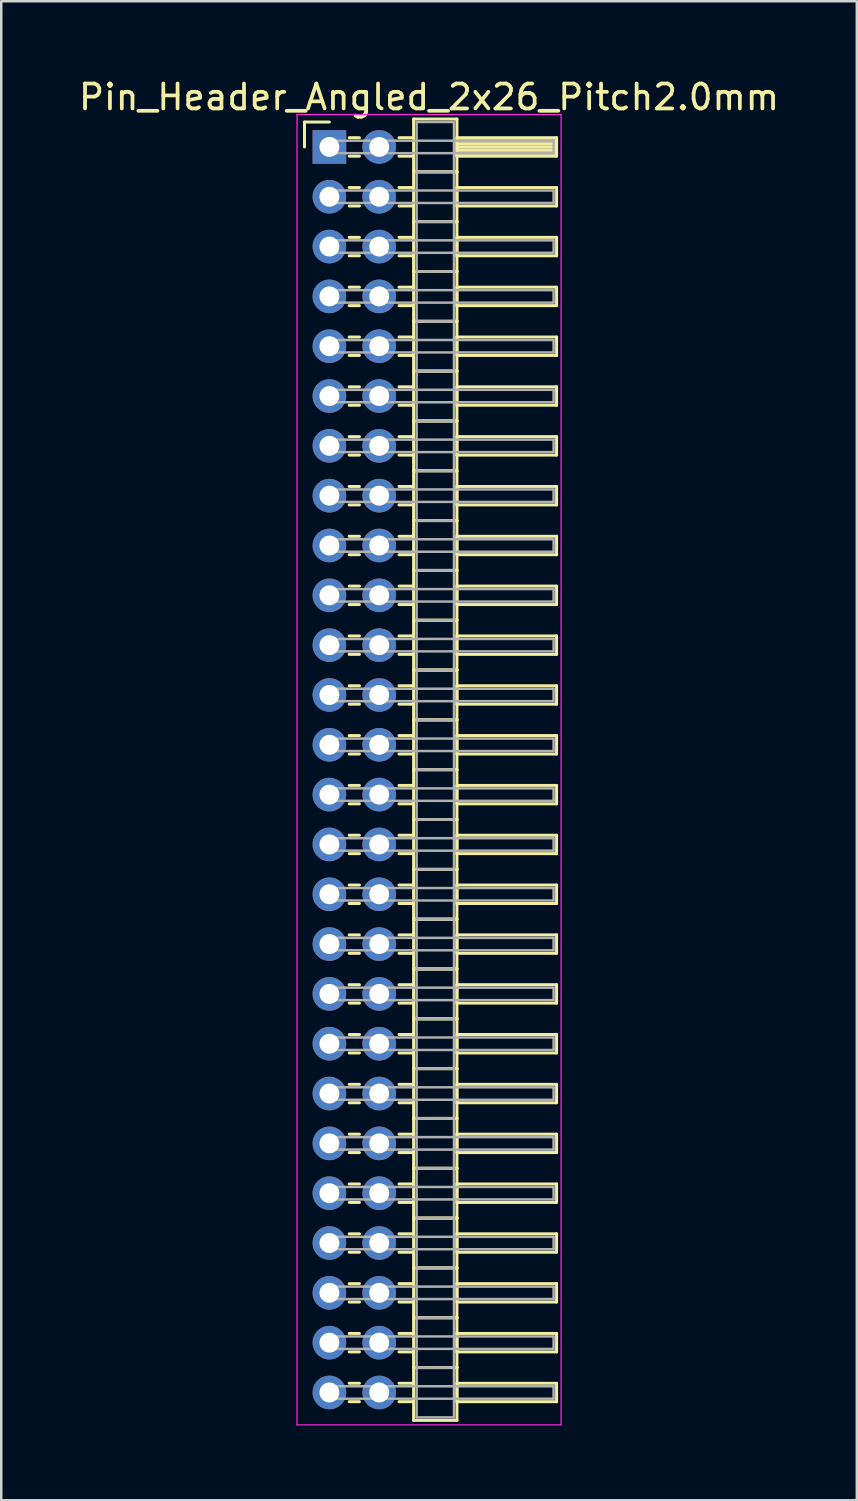
<source format=kicad_pcb>
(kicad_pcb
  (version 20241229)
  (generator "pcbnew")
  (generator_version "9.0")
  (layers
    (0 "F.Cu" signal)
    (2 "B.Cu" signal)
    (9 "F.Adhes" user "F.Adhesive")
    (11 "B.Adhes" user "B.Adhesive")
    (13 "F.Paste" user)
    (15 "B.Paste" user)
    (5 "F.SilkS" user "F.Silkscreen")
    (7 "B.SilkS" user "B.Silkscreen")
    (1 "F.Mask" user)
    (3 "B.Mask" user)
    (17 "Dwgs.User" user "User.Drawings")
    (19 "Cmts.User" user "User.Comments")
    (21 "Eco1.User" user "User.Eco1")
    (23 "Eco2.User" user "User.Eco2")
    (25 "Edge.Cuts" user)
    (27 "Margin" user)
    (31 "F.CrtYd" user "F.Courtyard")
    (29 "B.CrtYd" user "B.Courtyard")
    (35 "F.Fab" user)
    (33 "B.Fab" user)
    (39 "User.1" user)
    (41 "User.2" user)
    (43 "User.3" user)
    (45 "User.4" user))
  (footprint "Pin_Header_Angled_2x26_Pitch2.0mm"
    (layer "F.Cu")
    (at 10.173 2.848)
    (property "Reference" "Pin_Header_Angled_2x26_Pitch2.0mm" (at 4 -2 0) (layer "F.SilkS") (effects (font (size 1 1) (thickness 0.15))))
    (attr through_hole)
    (fp_line (start -1 -1) (end 0 -1) (stroke (width 0.12) (type solid)) (layer "F.SilkS"))
    (fp_line (start -1 0) (end -1 -1) (stroke (width 0.12) (type solid)) (layer "F.SilkS"))
    (fp_line (start 0.795 -0.37) (end 1.205 -0.37) (stroke (width 0.12) (type solid)) (layer "F.SilkS"))
    (fp_line (start 0.795 0.37) (end 1.205 0.37) (stroke (width 0.12) (type solid)) (layer "F.SilkS"))
    (fp_line (start 0.795 1.63) (end 1.205 1.63) (stroke (width 0.12) (type solid)) (layer "F.SilkS"))
    (fp_line (start 0.795 2.37) (end 1.205 2.37) (stroke (width 0.12) (type solid)) (layer "F.SilkS"))
    (fp_line (start 0.795 3.63) (end 1.205 3.63) (stroke (width 0.12) (type solid)) (layer "F.SilkS"))
    (fp_line (start 0.795 4.37) (end 1.205 4.37) (stroke (width 0.12) (type solid)) (layer "F.SilkS"))
    (fp_line (start 0.795 5.63) (end 1.205 5.63) (stroke (width 0.12) (type solid)) (layer "F.SilkS"))
    (fp_line (start 0.795 6.37) (end 1.205 6.37) (stroke (width 0.12) (type solid)) (layer "F.SilkS"))
    (fp_line (start 0.795 7.63) (end 1.205 7.63) (stroke (width 0.12) (type solid)) (layer "F.SilkS"))
    (fp_line (start 0.795 8.37) (end 1.205 8.37) (stroke (width 0.12) (type solid)) (layer "F.SilkS"))
    (fp_line (start 0.795 9.63) (end 1.205 9.63) (stroke (width 0.12) (type solid)) (layer "F.SilkS"))
    (fp_line (start 0.795 10.37) (end 1.205 10.37) (stroke (width 0.12) (type solid)) (layer "F.SilkS"))
    (fp_line (start 0.795 11.63) (end 1.205 11.63) (stroke (width 0.12) (type solid)) (layer "F.SilkS"))
    (fp_line (start 0.795 12.37) (end 1.205 12.37) (stroke (width 0.12) (type solid)) (layer "F.SilkS"))
    (fp_line (start 0.795 13.63) (end 1.205 13.63) (stroke (width 0.12) (type solid)) (layer "F.SilkS"))
    (fp_line (start 0.795 14.37) (end 1.205 14.37) (stroke (width 0.12) (type solid)) (layer "F.SilkS"))
    (fp_line (start 0.795 15.63) (end 1.205 15.63) (stroke (width 0.12) (type solid)) (layer "F.SilkS"))
    (fp_line (start 0.795 16.37) (end 1.205 16.37) (stroke (width 0.12) (type solid)) (layer "F.SilkS"))
    (fp_line (start 0.795 17.63) (end 1.205 17.63) (stroke (width 0.12) (type solid)) (layer "F.SilkS"))
    (fp_line (start 0.795 18.37) (end 1.205 18.37) (stroke (width 0.12) (type solid)) (layer "F.SilkS"))
    (fp_line (start 0.795 19.63) (end 1.205 19.63) (stroke (width 0.12) (type solid)) (layer "F.SilkS"))
    (fp_line (start 0.795 20.37) (end 1.205 20.37) (stroke (width 0.12) (type solid)) (layer "F.SilkS"))
    (fp_line (start 0.795 21.63) (end 1.205 21.63) (stroke (width 0.12) (type solid)) (layer "F.SilkS"))
    (fp_line (start 0.795 22.37) (end 1.205 22.37) (stroke (width 0.12) (type solid)) (layer "F.SilkS"))
    (fp_line (start 0.795 23.63) (end 1.205 23.63) (stroke (width 0.12) (type solid)) (layer "F.SilkS"))
    (fp_line (start 0.795 24.37) (end 1.205 24.37) (stroke (width 0.12) (type solid)) (layer "F.SilkS"))
    (fp_line (start 0.795 25.63) (end 1.205 25.63) (stroke (width 0.12) (type solid)) (layer "F.SilkS"))
    (fp_line (start 0.795 26.37) (end 1.205 26.37) (stroke (width 0.12) (type solid)) (layer "F.SilkS"))
    (fp_line (start 0.795 27.63) (end 1.205 27.63) (stroke (width 0.12) (type solid)) (layer "F.SilkS"))
    (fp_line (start 0.795 28.37) (end 1.205 28.37) (stroke (width 0.12) (type solid)) (layer "F.SilkS"))
    (fp_line (start 0.795 29.63) (end 1.205 29.63) (stroke (width 0.12) (type solid)) (layer "F.SilkS"))
    (fp_line (start 0.795 30.37) (end 1.205 30.37) (stroke (width 0.12) (type solid)) (layer "F.SilkS"))
    (fp_line (start 0.795 31.63) (end 1.205 31.63) (stroke (width 0.12) (type solid)) (layer "F.SilkS"))
    (fp_line (start 0.795 32.37) (end 1.205 32.37) (stroke (width 0.12) (type solid)) (layer "F.SilkS"))
    (fp_line (start 0.795 33.63) (end 1.205 33.63) (stroke (width 0.12) (type solid)) (layer "F.SilkS"))
    (fp_line (start 0.795 34.37) (end 1.205 34.37) (stroke (width 0.12) (type solid)) (layer "F.SilkS"))
    (fp_line (start 0.795 35.63) (end 1.205 35.63) (stroke (width 0.12) (type solid)) (layer "F.SilkS"))
    (fp_line (start 0.795 36.37) (end 1.205 36.37) (stroke (width 0.12) (type solid)) (layer "F.SilkS"))
    (fp_line (start 0.795 37.63) (end 1.205 37.63) (stroke (width 0.12) (type solid)) (layer "F.SilkS"))
    (fp_line (start 0.795 38.37) (end 1.205 38.37) (stroke (width 0.12) (type solid)) (layer "F.SilkS"))
    (fp_line (start 0.795 39.63) (end 1.205 39.63) (stroke (width 0.12) (type solid)) (layer "F.SilkS"))
    (fp_line (start 0.795 40.37) (end 1.205 40.37) (stroke (width 0.12) (type solid)) (layer "F.SilkS"))
    (fp_line (start 0.795 41.63) (end 1.205 41.63) (stroke (width 0.12) (type solid)) (layer "F.SilkS"))
    (fp_line (start 0.795 42.37) (end 1.205 42.37) (stroke (width 0.12) (type solid)) (layer "F.SilkS"))
    (fp_line (start 0.795 43.63) (end 1.205 43.63) (stroke (width 0.12) (type solid)) (layer "F.SilkS"))
    (fp_line (start 0.795 44.37) (end 1.205 44.37) (stroke (width 0.12) (type solid)) (layer "F.SilkS"))
    (fp_line (start 0.795 45.63) (end 1.205 45.63) (stroke (width 0.12) (type solid)) (layer "F.SilkS"))
    (fp_line (start 0.795 46.37) (end 1.205 46.37) (stroke (width 0.12) (type solid)) (layer "F.SilkS"))
    (fp_line (start 0.795 47.63) (end 1.205 47.63) (stroke (width 0.12) (type solid)) (layer "F.SilkS"))
    (fp_line (start 0.795 48.37) (end 1.205 48.37) (stroke (width 0.12) (type solid)) (layer "F.SilkS"))
    (fp_line (start 0.795 49.63) (end 1.205 49.63) (stroke (width 0.12) (type solid)) (layer "F.SilkS"))
    (fp_line (start 0.795 50.37) (end 1.205 50.37) (stroke (width 0.12) (type solid)) (layer "F.SilkS"))
    (fp_line (start 2.795 -0.37) (end 3.38 -0.37) (stroke (width 0.12) (type solid)) (layer "F.SilkS"))
    (fp_line (start 2.795 0.37) (end 3.38 0.37) (stroke (width 0.12) (type solid)) (layer "F.SilkS"))
    (fp_line (start 2.795 1.63) (end 3.38 1.63) (stroke (width 0.12) (type solid)) (layer "F.SilkS"))
    (fp_line (start 2.795 2.37) (end 3.38 2.37) (stroke (width 0.12) (type solid)) (layer "F.SilkS"))
    (fp_line (start 2.795 3.63) (end 3.38 3.63) (stroke (width 0.12) (type solid)) (layer "F.SilkS"))
    (fp_line (start 2.795 4.37) (end 3.38 4.37) (stroke (width 0.12) (type solid)) (layer "F.SilkS"))
    (fp_line (start 2.795 5.63) (end 3.38 5.63) (stroke (width 0.12) (type solid)) (layer "F.SilkS"))
    (fp_line (start 2.795 6.37) (end 3.38 6.37) (stroke (width 0.12) (type solid)) (layer "F.SilkS"))
    (fp_line (start 2.795 7.63) (end 3.38 7.63) (stroke (width 0.12) (type solid)) (layer "F.SilkS"))
    (fp_line (start 2.795 8.37) (end 3.38 8.37) (stroke (width 0.12) (type solid)) (layer "F.SilkS"))
    (fp_line (start 2.795 9.63) (end 3.38 9.63) (stroke (width 0.12) (type solid)) (layer "F.SilkS"))
    (fp_line (start 2.795 10.37) (end 3.38 10.37) (stroke (width 0.12) (type solid)) (layer "F.SilkS"))
    (fp_line (start 2.795 11.63) (end 3.38 11.63) (stroke (width 0.12) (type solid)) (layer "F.SilkS"))
    (fp_line (start 2.795 12.37) (end 3.38 12.37) (stroke (width 0.12) (type solid)) (layer "F.SilkS"))
    (fp_line (start 2.795 13.63) (end 3.38 13.63) (stroke (width 0.12) (type solid)) (layer "F.SilkS"))
    (fp_line (start 2.795 14.37) (end 3.38 14.37) (stroke (width 0.12) (type solid)) (layer "F.SilkS"))
    (fp_line (start 2.795 15.63) (end 3.38 15.63) (stroke (width 0.12) (type solid)) (layer "F.SilkS"))
    (fp_line (start 2.795 16.37) (end 3.38 16.37) (stroke (width 0.12) (type solid)) (layer "F.SilkS"))
    (fp_line (start 2.795 17.63) (end 3.38 17.63) (stroke (width 0.12) (type solid)) (layer "F.SilkS"))
    (fp_line (start 2.795 18.37) (end 3.38 18.37) (stroke (width 0.12) (type solid)) (layer "F.SilkS"))
    (fp_line (start 2.795 19.63) (end 3.38 19.63) (stroke (width 0.12) (type solid)) (layer "F.SilkS"))
    (fp_line (start 2.795 20.37) (end 3.38 20.37) (stroke (width 0.12) (type solid)) (layer "F.SilkS"))
    (fp_line (start 2.795 21.63) (end 3.38 21.63) (stroke (width 0.12) (type solid)) (layer "F.SilkS"))
    (fp_line (start 2.795 22.37) (end 3.38 22.37) (stroke (width 0.12) (type solid)) (layer "F.SilkS"))
    (fp_line (start 2.795 23.63) (end 3.38 23.63) (stroke (width 0.12) (type solid)) (layer "F.SilkS"))
    (fp_line (start 2.795 24.37) (end 3.38 24.37) (stroke (width 0.12) (type solid)) (layer "F.SilkS"))
    (fp_line (start 2.795 25.63) (end 3.38 25.63) (stroke (width 0.12) (type solid)) (layer "F.SilkS"))
    (fp_line (start 2.795 26.37) (end 3.38 26.37) (stroke (width 0.12) (type solid)) (layer "F.SilkS"))
    (fp_line (start 2.795 27.63) (end 3.38 27.63) (stroke (width 0.12) (type solid)) (layer "F.SilkS"))
    (fp_line (start 2.795 28.37) (end 3.38 28.37) (stroke (width 0.12) (type solid)) (layer "F.SilkS"))
    (fp_line (start 2.795 29.63) (end 3.38 29.63) (stroke (width 0.12) (type solid)) (layer "F.SilkS"))
    (fp_line (start 2.795 30.37) (end 3.38 30.37) (stroke (width 0.12) (type solid)) (layer "F.SilkS"))
    (fp_line (start 2.795 31.63) (end 3.38 31.63) (stroke (width 0.12) (type solid)) (layer "F.SilkS"))
    (fp_line (start 2.795 32.37) (end 3.38 32.37) (stroke (width 0.12) (type solid)) (layer "F.SilkS"))
    (fp_line (start 2.795 33.63) (end 3.38 33.63) (stroke (width 0.12) (type solid)) (layer "F.SilkS"))
    (fp_line (start 2.795 34.37) (end 3.38 34.37) (stroke (width 0.12) (type solid)) (layer "F.SilkS"))
    (fp_line (start 2.795 35.63) (end 3.38 35.63) (stroke (width 0.12) (type solid)) (layer "F.SilkS"))
    (fp_line (start 2.795 36.37) (end 3.38 36.37) (stroke (width 0.12) (type solid)) (layer "F.SilkS"))
    (fp_line (start 2.795 37.63) (end 3.38 37.63) (stroke (width 0.12) (type solid)) (layer "F.SilkS"))
    (fp_line (start 2.795 38.37) (end 3.38 38.37) (stroke (width 0.12) (type solid)) (layer "F.SilkS"))
    (fp_line (start 2.795 39.63) (end 3.38 39.63) (stroke (width 0.12) (type solid)) (layer "F.SilkS"))
    (fp_line (start 2.795 40.37) (end 3.38 40.37) (stroke (width 0.12) (type solid)) (layer "F.SilkS"))
    (fp_line (start 2.795 41.63) (end 3.38 41.63) (stroke (width 0.12) (type solid)) (layer "F.SilkS"))
    (fp_line (start 2.795 42.37) (end 3.38 42.37) (stroke (width 0.12) (type solid)) (layer "F.SilkS"))
    (fp_line (start 2.795 43.63) (end 3.38 43.63) (stroke (width 0.12) (type solid)) (layer "F.SilkS"))
    (fp_line (start 2.795 44.37) (end 3.38 44.37) (stroke (width 0.12) (type solid)) (layer "F.SilkS"))
    (fp_line (start 2.795 45.63) (end 3.38 45.63) (stroke (width 0.12) (type solid)) (layer "F.SilkS"))
    (fp_line (start 2.795 46.37) (end 3.38 46.37) (stroke (width 0.12) (type solid)) (layer "F.SilkS"))
    (fp_line (start 2.795 47.63) (end 3.38 47.63) (stroke (width 0.12) (type solid)) (layer "F.SilkS"))
    (fp_line (start 2.795 48.37) (end 3.38 48.37) (stroke (width 0.12) (type solid)) (layer "F.SilkS"))
    (fp_line (start 2.795 49.63) (end 3.38 49.63) (stroke (width 0.12) (type solid)) (layer "F.SilkS"))
    (fp_line (start 2.795 50.37) (end 3.38 50.37) (stroke (width 0.12) (type solid)) (layer "F.SilkS"))
    (fp_line (start 3.38 -1.12) (end 3.38 1) (stroke (width 0.12) (type solid)) (layer "F.SilkS"))
    (fp_line (start 3.38 1) (end 3.38 3) (stroke (width 0.12) (type solid)) (layer "F.SilkS"))
    (fp_line (start 3.38 1) (end 5.12 1) (stroke (width 0.12) (type solid)) (layer "F.SilkS"))
    (fp_line (start 3.38 3) (end 3.38 5) (stroke (width 0.12) (type solid)) (layer "F.SilkS"))
    (fp_line (start 3.38 3) (end 5.12 3) (stroke (width 0.12) (type solid)) (layer "F.SilkS"))
    (fp_line (start 3.38 5) (end 3.38 7) (stroke (width 0.12) (type solid)) (layer "F.SilkS"))
    (fp_line (start 3.38 5) (end 5.12 5) (stroke (width 0.12) (type solid)) (layer "F.SilkS"))
    (fp_line (start 3.38 7) (end 3.38 9) (stroke (width 0.12) (type solid)) (layer "F.SilkS"))
    (fp_line (start 3.38 7) (end 5.12 7) (stroke (width 0.12) (type solid)) (layer "F.SilkS"))
    (fp_line (start 3.38 9) (end 3.38 11) (stroke (width 0.12) (type solid)) (layer "F.SilkS"))
    (fp_line (start 3.38 9) (end 5.12 9) (stroke (width 0.12) (type solid)) (layer "F.SilkS"))
    (fp_line (start 3.38 11) (end 3.38 13) (stroke (width 0.12) (type solid)) (layer "F.SilkS"))
    (fp_line (start 3.38 11) (end 5.12 11) (stroke (width 0.12) (type solid)) (layer "F.SilkS"))
    (fp_line (start 3.38 13) (end 3.38 15) (stroke (width 0.12) (type solid)) (layer "F.SilkS"))
    (fp_line (start 3.38 13) (end 5.12 13) (stroke (width 0.12) (type solid)) (layer "F.SilkS"))
    (fp_line (start 3.38 15) (end 3.38 17) (stroke (width 0.12) (type solid)) (layer "F.SilkS"))
    (fp_line (start 3.38 15) (end 5.12 15) (stroke (width 0.12) (type solid)) (layer "F.SilkS"))
    (fp_line (start 3.38 17) (end 3.38 19) (stroke (width 0.12) (type solid)) (layer "F.SilkS"))
    (fp_line (start 3.38 17) (end 5.12 17) (stroke (width 0.12) (type solid)) (layer "F.SilkS"))
    (fp_line (start 3.38 19) (end 3.38 21) (stroke (width 0.12) (type solid)) (layer "F.SilkS"))
    (fp_line (start 3.38 19) (end 5.12 19) (stroke (width 0.12) (type solid)) (layer "F.SilkS"))
    (fp_line (start 3.38 21) (end 3.38 23) (stroke (width 0.12) (type solid)) (layer "F.SilkS"))
    (fp_line (start 3.38 21) (end 5.12 21) (stroke (width 0.12) (type solid)) (layer "F.SilkS"))
    (fp_line (start 3.38 23) (end 3.38 25) (stroke (width 0.12) (type solid)) (layer "F.SilkS"))
    (fp_line (start 3.38 23) (end 5.12 23) (stroke (width 0.12) (type solid)) (layer "F.SilkS"))
    (fp_line (start 3.38 25) (end 3.38 27) (stroke (width 0.12) (type solid)) (layer "F.SilkS"))
    (fp_line (start 3.38 25) (end 5.12 25) (stroke (width 0.12) (type solid)) (layer "F.SilkS"))
    (fp_line (start 3.38 27) (end 3.38 29) (stroke (width 0.12) (type solid)) (layer "F.SilkS"))
    (fp_line (start 3.38 27) (end 5.12 27) (stroke (width 0.12) (type solid)) (layer "F.SilkS"))
    (fp_line (start 3.38 29) (end 3.38 31) (stroke (width 0.12) (type solid)) (layer "F.SilkS"))
    (fp_line (start 3.38 29) (end 5.12 29) (stroke (width 0.12) (type solid)) (layer "F.SilkS"))
    (fp_line (start 3.38 31) (end 3.38 33) (stroke (width 0.12) (type solid)) (layer "F.SilkS"))
    (fp_line (start 3.38 31) (end 5.12 31) (stroke (width 0.12) (type solid)) (layer "F.SilkS"))
    (fp_line (start 3.38 33) (end 3.38 35) (stroke (width 0.12) (type solid)) (layer "F.SilkS"))
    (fp_line (start 3.38 33) (end 5.12 33) (stroke (width 0.12) (type solid)) (layer "F.SilkS"))
    (fp_line (start 3.38 35) (end 3.38 37) (stroke (width 0.12) (type solid)) (layer "F.SilkS"))
    (fp_line (start 3.38 35) (end 5.12 35) (stroke (width 0.12) (type solid)) (layer "F.SilkS"))
    (fp_line (start 3.38 37) (end 3.38 39) (stroke (width 0.12) (type solid)) (layer "F.SilkS"))
    (fp_line (start 3.38 37) (end 5.12 37) (stroke (width 0.12) (type solid)) (layer "F.SilkS"))
    (fp_line (start 3.38 39) (end 3.38 41) (stroke (width 0.12) (type solid)) (layer "F.SilkS"))
    (fp_line (start 3.38 39) (end 5.12 39) (stroke (width 0.12) (type solid)) (layer "F.SilkS"))
    (fp_line (start 3.38 41) (end 3.38 43) (stroke (width 0.12) (type solid)) (layer "F.SilkS"))
    (fp_line (start 3.38 41) (end 5.12 41) (stroke (width 0.12) (type solid)) (layer "F.SilkS"))
    (fp_line (start 3.38 43) (end 3.38 45) (stroke (width 0.12) (type solid)) (layer "F.SilkS"))
    (fp_line (start 3.38 43) (end 5.12 43) (stroke (width 0.12) (type solid)) (layer "F.SilkS"))
    (fp_line (start 3.38 45) (end 3.38 47) (stroke (width 0.12) (type solid)) (layer "F.SilkS"))
    (fp_line (start 3.38 45) (end 5.12 45) (stroke (width 0.12) (type solid)) (layer "F.SilkS"))
    (fp_line (start 3.38 47) (end 3.38 49) (stroke (width 0.12) (type solid)) (layer "F.SilkS"))
    (fp_line (start 3.38 47) (end 5.12 47) (stroke (width 0.12) (type solid)) (layer "F.SilkS"))
    (fp_line (start 3.38 49) (end 3.38 51.12) (stroke (width 0.12) (type solid)) (layer "F.SilkS"))
    (fp_line (start 3.38 49) (end 5.12 49) (stroke (width 0.12) (type solid)) (layer "F.SilkS"))
    (fp_line (start 3.38 51.12) (end 5.12 51.12) (stroke (width 0.12) (type solid)) (layer "F.SilkS"))
    (fp_line (start 5.12 -1.12) (end 3.38 -1.12) (stroke (width 0.12) (type solid)) (layer "F.SilkS"))
    (fp_line (start 5.12 -0.37) (end 5.12 0.37) (stroke (width 0.12) (type solid)) (layer "F.SilkS"))
    (fp_line (start 5.12 -0.25) (end 9.12 -0.25) (stroke (width 0.12) (type solid)) (layer "F.SilkS"))
    (fp_line (start 5.12 -0.13) (end 9.12 -0.13) (stroke (width 0.12) (type solid)) (layer "F.SilkS"))
    (fp_line (start 5.12 -0.01) (end 9.12 -0.01) (stroke (width 0.12) (type solid)) (layer "F.SilkS"))
    (fp_line (start 5.12 0.11) (end 9.12 0.11) (stroke (width 0.12) (type solid)) (layer "F.SilkS"))
    (fp_line (start 5.12 0.23) (end 9.12 0.23) (stroke (width 0.12) (type solid)) (layer "F.SilkS"))
    (fp_line (start 5.12 0.35) (end 9.12 0.35) (stroke (width 0.12) (type solid)) (layer "F.SilkS"))
    (fp_line (start 5.12 0.37) (end 9.12 0.37) (stroke (width 0.12) (type solid)) (layer "F.SilkS"))
    (fp_line (start 5.12 1) (end 3.38 1) (stroke (width 0.12) (type solid)) (layer "F.SilkS"))
    (fp_line (start 5.12 1) (end 5.12 -1.12) (stroke (width 0.12) (type solid)) (layer "F.SilkS"))
    (fp_line (start 5.12 1.63) (end 5.12 2.37) (stroke (width 0.12) (type solid)) (layer "F.SilkS"))
    (fp_line (start 5.12 2.37) (end 9.12 2.37) (stroke (width 0.12) (type solid)) (layer "F.SilkS"))
    (fp_line (start 5.12 3) (end 3.38 3) (stroke (width 0.12) (type solid)) (layer "F.SilkS"))
    (fp_line (start 5.12 3) (end 5.12 1) (stroke (width 0.12) (type solid)) (layer "F.SilkS"))
    (fp_line (start 5.12 3.63) (end 5.12 4.37) (stroke (width 0.12) (type solid)) (layer "F.SilkS"))
    (fp_line (start 5.12 4.37) (end 9.12 4.37) (stroke (width 0.12) (type solid)) (layer "F.SilkS"))
    (fp_line (start 5.12 5) (end 3.38 5) (stroke (width 0.12) (type solid)) (layer "F.SilkS"))
    (fp_line (start 5.12 5) (end 5.12 3) (stroke (width 0.12) (type solid)) (layer "F.SilkS"))
    (fp_line (start 5.12 5.63) (end 5.12 6.37) (stroke (width 0.12) (type solid)) (layer "F.SilkS"))
    (fp_line (start 5.12 6.37) (end 9.12 6.37) (stroke (width 0.12) (type solid)) (layer "F.SilkS"))
    (fp_line (start 5.12 7) (end 3.38 7) (stroke (width 0.12) (type solid)) (layer "F.SilkS"))
    (fp_line (start 5.12 7) (end 5.12 5) (stroke (width 0.12) (type solid)) (layer "F.SilkS"))
    (fp_line (start 5.12 7.63) (end 5.12 8.37) (stroke (width 0.12) (type solid)) (layer "F.SilkS"))
    (fp_line (start 5.12 8.37) (end 9.12 8.37) (stroke (width 0.12) (type solid)) (layer "F.SilkS"))
    (fp_line (start 5.12 9) (end 3.38 9) (stroke (width 0.12) (type solid)) (layer "F.SilkS"))
    (fp_line (start 5.12 9) (end 5.12 7) (stroke (width 0.12) (type solid)) (layer "F.SilkS"))
    (fp_line (start 5.12 9.63) (end 5.12 10.37) (stroke (width 0.12) (type solid)) (layer "F.SilkS"))
    (fp_line (start 5.12 10.37) (end 9.12 10.37) (stroke (width 0.12) (type solid)) (layer "F.SilkS"))
    (fp_line (start 5.12 11) (end 3.38 11) (stroke (width 0.12) (type solid)) (layer "F.SilkS"))
    (fp_line (start 5.12 11) (end 5.12 9) (stroke (width 0.12) (type solid)) (layer "F.SilkS"))
    (fp_line (start 5.12 11.63) (end 5.12 12.37) (stroke (width 0.12) (type solid)) (layer "F.SilkS"))
    (fp_line (start 5.12 12.37) (end 9.12 12.37) (stroke (width 0.12) (type solid)) (layer "F.SilkS"))
    (fp_line (start 5.12 13) (end 3.38 13) (stroke (width 0.12) (type solid)) (layer "F.SilkS"))
    (fp_line (start 5.12 13) (end 5.12 11) (stroke (width 0.12) (type solid)) (layer "F.SilkS"))
    (fp_line (start 5.12 13.63) (end 5.12 14.37) (stroke (width 0.12) (type solid)) (layer "F.SilkS"))
    (fp_line (start 5.12 14.37) (end 9.12 14.37) (stroke (width 0.12) (type solid)) (layer "F.SilkS"))
    (fp_line (start 5.12 15) (end 3.38 15) (stroke (width 0.12) (type solid)) (layer "F.SilkS"))
    (fp_line (start 5.12 15) (end 5.12 13) (stroke (width 0.12) (type solid)) (layer "F.SilkS"))
    (fp_line (start 5.12 15.63) (end 5.12 16.37) (stroke (width 0.12) (type solid)) (layer "F.SilkS"))
    (fp_line (start 5.12 16.37) (end 9.12 16.37) (stroke (width 0.12) (type solid)) (layer "F.SilkS"))
    (fp_line (start 5.12 17) (end 3.38 17) (stroke (width 0.12) (type solid)) (layer "F.SilkS"))
    (fp_line (start 5.12 17) (end 5.12 15) (stroke (width 0.12) (type solid)) (layer "F.SilkS"))
    (fp_line (start 5.12 17.63) (end 5.12 18.37) (stroke (width 0.12) (type solid)) (layer "F.SilkS"))
    (fp_line (start 5.12 18.37) (end 9.12 18.37) (stroke (width 0.12) (type solid)) (layer "F.SilkS"))
    (fp_line (start 5.12 19) (end 3.38 19) (stroke (width 0.12) (type solid)) (layer "F.SilkS"))
    (fp_line (start 5.12 19) (end 5.12 17) (stroke (width 0.12) (type solid)) (layer "F.SilkS"))
    (fp_line (start 5.12 19.63) (end 5.12 20.37) (stroke (width 0.12) (type solid)) (layer "F.SilkS"))
    (fp_line (start 5.12 20.37) (end 9.12 20.37) (stroke (width 0.12) (type solid)) (layer "F.SilkS"))
    (fp_line (start 5.12 21) (end 3.38 21) (stroke (width 0.12) (type solid)) (layer "F.SilkS"))
    (fp_line (start 5.12 21) (end 5.12 19) (stroke (width 0.12) (type solid)) (layer "F.SilkS"))
    (fp_line (start 5.12 21.63) (end 5.12 22.37) (stroke (width 0.12) (type solid)) (layer "F.SilkS"))
    (fp_line (start 5.12 22.37) (end 9.12 22.37) (stroke (width 0.12) (type solid)) (layer "F.SilkS"))
    (fp_line (start 5.12 23) (end 3.38 23) (stroke (width 0.12) (type solid)) (layer "F.SilkS"))
    (fp_line (start 5.12 23) (end 5.12 21) (stroke (width 0.12) (type solid)) (layer "F.SilkS"))
    (fp_line (start 5.12 23.63) (end 5.12 24.37) (stroke (width 0.12) (type solid)) (layer "F.SilkS"))
    (fp_line (start 5.12 24.37) (end 9.12 24.37) (stroke (width 0.12) (type solid)) (layer "F.SilkS"))
    (fp_line (start 5.12 25) (end 3.38 25) (stroke (width 0.12) (type solid)) (layer "F.SilkS"))
    (fp_line (start 5.12 25) (end 5.12 23) (stroke (width 0.12) (type solid)) (layer "F.SilkS"))
    (fp_line (start 5.12 25.63) (end 5.12 26.37) (stroke (width 0.12) (type solid)) (layer "F.SilkS"))
    (fp_line (start 5.12 26.37) (end 9.12 26.37) (stroke (width 0.12) (type solid)) (layer "F.SilkS"))
    (fp_line (start 5.12 27) (end 3.38 27) (stroke (width 0.12) (type solid)) (layer "F.SilkS"))
    (fp_line (start 5.12 27) (end 5.12 25) (stroke (width 0.12) (type solid)) (layer "F.SilkS"))
    (fp_line (start 5.12 27.63) (end 5.12 28.37) (stroke (width 0.12) (type solid)) (layer "F.SilkS"))
    (fp_line (start 5.12 28.37) (end 9.12 28.37) (stroke (width 0.12) (type solid)) (layer "F.SilkS"))
    (fp_line (start 5.12 29) (end 3.38 29) (stroke (width 0.12) (type solid)) (layer "F.SilkS"))
    (fp_line (start 5.12 29) (end 5.12 27) (stroke (width 0.12) (type solid)) (layer "F.SilkS"))
    (fp_line (start 5.12 29.63) (end 5.12 30.37) (stroke (width 0.12) (type solid)) (layer "F.SilkS"))
    (fp_line (start 5.12 30.37) (end 9.12 30.37) (stroke (width 0.12) (type solid)) (layer "F.SilkS"))
    (fp_line (start 5.12 31) (end 3.38 31) (stroke (width 0.12) (type solid)) (layer "F.SilkS"))
    (fp_line (start 5.12 31) (end 5.12 29) (stroke (width 0.12) (type solid)) (layer "F.SilkS"))
    (fp_line (start 5.12 31.63) (end 5.12 32.37) (stroke (width 0.12) (type solid)) (layer "F.SilkS"))
    (fp_line (start 5.12 32.37) (end 9.12 32.37) (stroke (width 0.12) (type solid)) (layer "F.SilkS"))
    (fp_line (start 5.12 33) (end 3.38 33) (stroke (width 0.12) (type solid)) (layer "F.SilkS"))
    (fp_line (start 5.12 33) (end 5.12 31) (stroke (width 0.12) (type solid)) (layer "F.SilkS"))
    (fp_line (start 5.12 33.63) (end 5.12 34.37) (stroke (width 0.12) (type solid)) (layer "F.SilkS"))
    (fp_line (start 5.12 34.37) (end 9.12 34.37) (stroke (width 0.12) (type solid)) (layer "F.SilkS"))
    (fp_line (start 5.12 35) (end 3.38 35) (stroke (width 0.12) (type solid)) (layer "F.SilkS"))
    (fp_line (start 5.12 35) (end 5.12 33) (stroke (width 0.12) (type solid)) (layer "F.SilkS"))
    (fp_line (start 5.12 35.63) (end 5.12 36.37) (stroke (width 0.12) (type solid)) (layer "F.SilkS"))
    (fp_line (start 5.12 36.37) (end 9.12 36.37) (stroke (width 0.12) (type solid)) (layer "F.SilkS"))
    (fp_line (start 5.12 37) (end 3.38 37) (stroke (width 0.12) (type solid)) (layer "F.SilkS"))
    (fp_line (start 5.12 37) (end 5.12 35) (stroke (width 0.12) (type solid)) (layer "F.SilkS"))
    (fp_line (start 5.12 37.63) (end 5.12 38.37) (stroke (width 0.12) (type solid)) (layer "F.SilkS"))
    (fp_line (start 5.12 38.37) (end 9.12 38.37) (stroke (width 0.12) (type solid)) (layer "F.SilkS"))
    (fp_line (start 5.12 39) (end 3.38 39) (stroke (width 0.12) (type solid)) (layer "F.SilkS"))
    (fp_line (start 5.12 39) (end 5.12 37) (stroke (width 0.12) (type solid)) (layer "F.SilkS"))
    (fp_line (start 5.12 39.63) (end 5.12 40.37) (stroke (width 0.12) (type solid)) (layer "F.SilkS"))
    (fp_line (start 5.12 40.37) (end 9.12 40.37) (stroke (width 0.12) (type solid)) (layer "F.SilkS"))
    (fp_line (start 5.12 41) (end 3.38 41) (stroke (width 0.12) (type solid)) (layer "F.SilkS"))
    (fp_line (start 5.12 41) (end 5.12 39) (stroke (width 0.12) (type solid)) (layer "F.SilkS"))
    (fp_line (start 5.12 41.63) (end 5.12 42.37) (stroke (width 0.12) (type solid)) (layer "F.SilkS"))
    (fp_line (start 5.12 42.37) (end 9.12 42.37) (stroke (width 0.12) (type solid)) (layer "F.SilkS"))
    (fp_line (start 5.12 43) (end 3.38 43) (stroke (width 0.12) (type solid)) (layer "F.SilkS"))
    (fp_line (start 5.12 43) (end 5.12 41) (stroke (width 0.12) (type solid)) (layer "F.SilkS"))
    (fp_line (start 5.12 43.63) (end 5.12 44.37) (stroke (width 0.12) (type solid)) (layer "F.SilkS"))
    (fp_line (start 5.12 44.37) (end 9.12 44.37) (stroke (width 0.12) (type solid)) (layer "F.SilkS"))
    (fp_line (start 5.12 45) (end 3.38 45) (stroke (width 0.12) (type solid)) (layer "F.SilkS"))
    (fp_line (start 5.12 45) (end 5.12 43) (stroke (width 0.12) (type solid)) (layer "F.SilkS"))
    (fp_line (start 5.12 45.63) (end 5.12 46.37) (stroke (width 0.12) (type solid)) (layer "F.SilkS"))
    (fp_line (start 5.12 46.37) (end 9.12 46.37) (stroke (width 0.12) (type solid)) (layer "F.SilkS"))
    (fp_line (start 5.12 47) (end 3.38 47) (stroke (width 0.12) (type solid)) (layer "F.SilkS"))
    (fp_line (start 5.12 47) (end 5.12 45) (stroke (width 0.12) (type solid)) (layer "F.SilkS"))
    (fp_line (start 5.12 47.63) (end 5.12 48.37) (stroke (width 0.12) (type solid)) (layer "F.SilkS"))
    (fp_line (start 5.12 48.37) (end 9.12 48.37) (stroke (width 0.12) (type solid)) (layer "F.SilkS"))
    (fp_line (start 5.12 49) (end 3.38 49) (stroke (width 0.12) (type solid)) (layer "F.SilkS"))
    (fp_line (start 5.12 49) (end 5.12 47) (stroke (width 0.12) (type solid)) (layer "F.SilkS"))
    (fp_line (start 5.12 49.63) (end 5.12 50.37) (stroke (width 0.12) (type solid)) (layer "F.SilkS"))
    (fp_line (start 5.12 50.37) (end 9.12 50.37) (stroke (width 0.12) (type solid)) (layer "F.SilkS"))
    (fp_line (start 5.12 51.12) (end 5.12 49) (stroke (width 0.12) (type solid)) (layer "F.SilkS"))
    (fp_line (start 9.12 -0.37) (end 5.12 -0.37) (stroke (width 0.12) (type solid)) (layer "F.SilkS"))
    (fp_line (start 9.12 0.37) (end 9.12 -0.37) (stroke (width 0.12) (type solid)) (layer "F.SilkS"))
    (fp_line (start 9.12 1.63) (end 5.12 1.63) (stroke (width 0.12) (type solid)) (layer "F.SilkS"))
    (fp_line (start 9.12 2.37) (end 9.12 1.63) (stroke (width 0.12) (type solid)) (layer "F.SilkS"))
    (fp_line (start 9.12 3.63) (end 5.12 3.63) (stroke (width 0.12) (type solid)) (layer "F.SilkS"))
    (fp_line (start 9.12 4.37) (end 9.12 3.63) (stroke (width 0.12) (type solid)) (layer "F.SilkS"))
    (fp_line (start 9.12 5.63) (end 5.12 5.63) (stroke (width 0.12) (type solid)) (layer "F.SilkS"))
    (fp_line (start 9.12 6.37) (end 9.12 5.63) (stroke (width 0.12) (type solid)) (layer "F.SilkS"))
    (fp_line (start 9.12 7.63) (end 5.12 7.63) (stroke (width 0.12) (type solid)) (layer "F.SilkS"))
    (fp_line (start 9.12 8.37) (end 9.12 7.63) (stroke (width 0.12) (type solid)) (layer "F.SilkS"))
    (fp_line (start 9.12 9.63) (end 5.12 9.63) (stroke (width 0.12) (type solid)) (layer "F.SilkS"))
    (fp_line (start 9.12 10.37) (end 9.12 9.63) (stroke (width 0.12) (type solid)) (layer "F.SilkS"))
    (fp_line (start 9.12 11.63) (end 5.12 11.63) (stroke (width 0.12) (type solid)) (layer "F.SilkS"))
    (fp_line (start 9.12 12.37) (end 9.12 11.63) (stroke (width 0.12) (type solid)) (layer "F.SilkS"))
    (fp_line (start 9.12 13.63) (end 5.12 13.63) (stroke (width 0.12) (type solid)) (layer "F.SilkS"))
    (fp_line (start 9.12 14.37) (end 9.12 13.63) (stroke (width 0.12) (type solid)) (layer "F.SilkS"))
    (fp_line (start 9.12 15.63) (end 5.12 15.63) (stroke (width 0.12) (type solid)) (layer "F.SilkS"))
    (fp_line (start 9.12 16.37) (end 9.12 15.63) (stroke (width 0.12) (type solid)) (layer "F.SilkS"))
    (fp_line (start 9.12 17.63) (end 5.12 17.63) (stroke (width 0.12) (type solid)) (layer "F.SilkS"))
    (fp_line (start 9.12 18.37) (end 9.12 17.63) (stroke (width 0.12) (type solid)) (layer "F.SilkS"))
    (fp_line (start 9.12 19.63) (end 5.12 19.63) (stroke (width 0.12) (type solid)) (layer "F.SilkS"))
    (fp_line (start 9.12 20.37) (end 9.12 19.63) (stroke (width 0.12) (type solid)) (layer "F.SilkS"))
    (fp_line (start 9.12 21.63) (end 5.12 21.63) (stroke (width 0.12) (type solid)) (layer "F.SilkS"))
    (fp_line (start 9.12 22.37) (end 9.12 21.63) (stroke (width 0.12) (type solid)) (layer "F.SilkS"))
    (fp_line (start 9.12 23.63) (end 5.12 23.63) (stroke (width 0.12) (type solid)) (layer "F.SilkS"))
    (fp_line (start 9.12 24.37) (end 9.12 23.63) (stroke (width 0.12) (type solid)) (layer "F.SilkS"))
    (fp_line (start 9.12 25.63) (end 5.12 25.63) (stroke (width 0.12) (type solid)) (layer "F.SilkS"))
    (fp_line (start 9.12 26.37) (end 9.12 25.63) (stroke (width 0.12) (type solid)) (layer "F.SilkS"))
    (fp_line (start 9.12 27.63) (end 5.12 27.63) (stroke (width 0.12) (type solid)) (layer "F.SilkS"))
    (fp_line (start 9.12 28.37) (end 9.12 27.63) (stroke (width 0.12) (type solid)) (layer "F.SilkS"))
    (fp_line (start 9.12 29.63) (end 5.12 29.63) (stroke (width 0.12) (type solid)) (layer "F.SilkS"))
    (fp_line (start 9.12 30.37) (end 9.12 29.63) (stroke (width 0.12) (type solid)) (layer "F.SilkS"))
    (fp_line (start 9.12 31.63) (end 5.12 31.63) (stroke (width 0.12) (type solid)) (layer "F.SilkS"))
    (fp_line (start 9.12 32.37) (end 9.12 31.63) (stroke (width 0.12) (type solid)) (layer "F.SilkS"))
    (fp_line (start 9.12 33.63) (end 5.12 33.63) (stroke (width 0.12) (type solid)) (layer "F.SilkS"))
    (fp_line (start 9.12 34.37) (end 9.12 33.63) (stroke (width 0.12) (type solid)) (layer "F.SilkS"))
    (fp_line (start 9.12 35.63) (end 5.12 35.63) (stroke (width 0.12) (type solid)) (layer "F.SilkS"))
    (fp_line (start 9.12 36.37) (end 9.12 35.63) (stroke (width 0.12) (type solid)) (layer "F.SilkS"))
    (fp_line (start 9.12 37.63) (end 5.12 37.63) (stroke (width 0.12) (type solid)) (layer "F.SilkS"))
    (fp_line (start 9.12 38.37) (end 9.12 37.63) (stroke (width 0.12) (type solid)) (layer "F.SilkS"))
    (fp_line (start 9.12 39.63) (end 5.12 39.63) (stroke (width 0.12) (type solid)) (layer "F.SilkS"))
    (fp_line (start 9.12 40.37) (end 9.12 39.63) (stroke (width 0.12) (type solid)) (layer "F.SilkS"))
    (fp_line (start 9.12 41.63) (end 5.12 41.63) (stroke (width 0.12) (type solid)) (layer "F.SilkS"))
    (fp_line (start 9.12 42.37) (end 9.12 41.63) (stroke (width 0.12) (type solid)) (layer "F.SilkS"))
    (fp_line (start 9.12 43.63) (end 5.12 43.63) (stroke (width 0.12) (type solid)) (layer "F.SilkS"))
    (fp_line (start 9.12 44.37) (end 9.12 43.63) (stroke (width 0.12) (type solid)) (layer "F.SilkS"))
    (fp_line (start 9.12 45.63) (end 5.12 45.63) (stroke (width 0.12) (type solid)) (layer "F.SilkS"))
    (fp_line (start 9.12 46.37) (end 9.12 45.63) (stroke (width 0.12) (type solid)) (layer "F.SilkS"))
    (fp_line (start 9.12 47.63) (end 5.12 47.63) (stroke (width 0.12) (type solid)) (layer "F.SilkS"))
    (fp_line (start 9.12 48.37) (end 9.12 47.63) (stroke (width 0.12) (type solid)) (layer "F.SilkS"))
    (fp_line (start 9.12 49.63) (end 5.12 49.63) (stroke (width 0.12) (type solid)) (layer "F.SilkS"))
    (fp_line (start 9.12 50.37) (end 9.12 49.63) (stroke (width 0.12) (type solid)) (layer "F.SilkS"))
    (fp_line (start -1.3 -1.3) (end -1.3 51.3) (stroke (width 0.05) (type solid)) (layer "F.CrtYd"))
    (fp_line (start -1.3 51.3) (end 9.3 51.3) (stroke (width 0.05) (type solid)) (layer "F.CrtYd"))
    (fp_line (start 9.3 -1.3) (end -1.3 -1.3) (stroke (width 0.05) (type solid)) (layer "F.CrtYd"))
    (fp_line (start 9.3 51.3) (end 9.3 -1.3) (stroke (width 0.05) (type solid)) (layer "F.CrtYd"))
    (fp_line (start 0 -0.25) (end 0 0.25) (stroke (width 0.1) (type solid)) (layer "F.Fab"))
    (fp_line (start 0 0.25) (end 9 0.25) (stroke (width 0.1) (type solid)) (layer "F.Fab"))
    (fp_line (start 0 1.75) (end 0 2.25) (stroke (width 0.1) (type solid)) (layer "F.Fab"))
    (fp_line (start 0 2.25) (end 9 2.25) (stroke (width 0.1) (type solid)) (layer "F.Fab"))
    (fp_line (start 0 3.75) (end 0 4.25) (stroke (width 0.1) (type solid)) (layer "F.Fab"))
    (fp_line (start 0 4.25) (end 9 4.25) (stroke (width 0.1) (type solid)) (layer "F.Fab"))
    (fp_line (start 0 5.75) (end 0 6.25) (stroke (width 0.1) (type solid)) (layer "F.Fab"))
    (fp_line (start 0 6.25) (end 9 6.25) (stroke (width 0.1) (type solid)) (layer "F.Fab"))
    (fp_line (start 0 7.75) (end 0 8.25) (stroke (width 0.1) (type solid)) (layer "F.Fab"))
    (fp_line (start 0 8.25) (end 9 8.25) (stroke (width 0.1) (type solid)) (layer "F.Fab"))
    (fp_line (start 0 9.75) (end 0 10.25) (stroke (width 0.1) (type solid)) (layer "F.Fab"))
    (fp_line (start 0 10.25) (end 9 10.25) (stroke (width 0.1) (type solid)) (layer "F.Fab"))
    (fp_line (start 0 11.75) (end 0 12.25) (stroke (width 0.1) (type solid)) (layer "F.Fab"))
    (fp_line (start 0 12.25) (end 9 12.25) (stroke (width 0.1) (type solid)) (layer "F.Fab"))
    (fp_line (start 0 13.75) (end 0 14.25) (stroke (width 0.1) (type solid)) (layer "F.Fab"))
    (fp_line (start 0 14.25) (end 9 14.25) (stroke (width 0.1) (type solid)) (layer "F.Fab"))
    (fp_line (start 0 15.75) (end 0 16.25) (stroke (width 0.1) (type solid)) (layer "F.Fab"))
    (fp_line (start 0 16.25) (end 9 16.25) (stroke (width 0.1) (type solid)) (layer "F.Fab"))
    (fp_line (start 0 17.75) (end 0 18.25) (stroke (width 0.1) (type solid)) (layer "F.Fab"))
    (fp_line (start 0 18.25) (end 9 18.25) (stroke (width 0.1) (type solid)) (layer "F.Fab"))
    (fp_line (start 0 19.75) (end 0 20.25) (stroke (width 0.1) (type solid)) (layer "F.Fab"))
    (fp_line (start 0 20.25) (end 9 20.25) (stroke (width 0.1) (type solid)) (layer "F.Fab"))
    (fp_line (start 0 21.75) (end 0 22.25) (stroke (width 0.1) (type solid)) (layer "F.Fab"))
    (fp_line (start 0 22.25) (end 9 22.25) (stroke (width 0.1) (type solid)) (layer "F.Fab"))
    (fp_line (start 0 23.75) (end 0 24.25) (stroke (width 0.1) (type solid)) (layer "F.Fab"))
    (fp_line (start 0 24.25) (end 9 24.25) (stroke (width 0.1) (type solid)) (layer "F.Fab"))
    (fp_line (start 0 25.75) (end 0 26.25) (stroke (width 0.1) (type solid)) (layer "F.Fab"))
    (fp_line (start 0 26.25) (end 9 26.25) (stroke (width 0.1) (type solid)) (layer "F.Fab"))
    (fp_line (start 0 27.75) (end 0 28.25) (stroke (width 0.1) (type solid)) (layer "F.Fab"))
    (fp_line (start 0 28.25) (end 9 28.25) (stroke (width 0.1) (type solid)) (layer "F.Fab"))
    (fp_line (start 0 29.75) (end 0 30.25) (stroke (width 0.1) (type solid)) (layer "F.Fab"))
    (fp_line (start 0 30.25) (end 9 30.25) (stroke (width 0.1) (type solid)) (layer "F.Fab"))
    (fp_line (start 0 31.75) (end 0 32.25) (stroke (width 0.1) (type solid)) (layer "F.Fab"))
    (fp_line (start 0 32.25) (end 9 32.25) (stroke (width 0.1) (type solid)) (layer "F.Fab"))
    (fp_line (start 0 33.75) (end 0 34.25) (stroke (width 0.1) (type solid)) (layer "F.Fab"))
    (fp_line (start 0 34.25) (end 9 34.25) (stroke (width 0.1) (type solid)) (layer "F.Fab"))
    (fp_line (start 0 35.75) (end 0 36.25) (stroke (width 0.1) (type solid)) (layer "F.Fab"))
    (fp_line (start 0 36.25) (end 9 36.25) (stroke (width 0.1) (type solid)) (layer "F.Fab"))
    (fp_line (start 0 37.75) (end 0 38.25) (stroke (width 0.1) (type solid)) (layer "F.Fab"))
    (fp_line (start 0 38.25) (end 9 38.25) (stroke (width 0.1) (type solid)) (layer "F.Fab"))
    (fp_line (start 0 39.75) (end 0 40.25) (stroke (width 0.1) (type solid)) (layer "F.Fab"))
    (fp_line (start 0 40.25) (end 9 40.25) (stroke (width 0.1) (type solid)) (layer "F.Fab"))
    (fp_line (start 0 41.75) (end 0 42.25) (stroke (width 0.1) (type solid)) (layer "F.Fab"))
    (fp_line (start 0 42.25) (end 9 42.25) (stroke (width 0.1) (type solid)) (layer "F.Fab"))
    (fp_line (start 0 43.75) (end 0 44.25) (stroke (width 0.1) (type solid)) (layer "F.Fab"))
    (fp_line (start 0 44.25) (end 9 44.25) (stroke (width 0.1) (type solid)) (layer "F.Fab"))
    (fp_line (start 0 45.75) (end 0 46.25) (stroke (width 0.1) (type solid)) (layer "F.Fab"))
    (fp_line (start 0 46.25) (end 9 46.25) (stroke (width 0.1) (type solid)) (layer "F.Fab"))
    (fp_line (start 0 47.75) (end 0 48.25) (stroke (width 0.1) (type solid)) (layer "F.Fab"))
    (fp_line (start 0 48.25) (end 9 48.25) (stroke (width 0.1) (type solid)) (layer "F.Fab"))
    (fp_line (start 0 49.75) (end 0 50.25) (stroke (width 0.1) (type solid)) (layer "F.Fab"))
    (fp_line (start 0 50.25) (end 9 50.25) (stroke (width 0.1) (type solid)) (layer "F.Fab"))
    (fp_line (start 3.5 -1) (end 3.5 1) (stroke (width 0.1) (type solid)) (layer "F.Fab"))
    (fp_line (start 3.5 1) (end 3.5 3) (stroke (width 0.1) (type solid)) (layer "F.Fab"))
    (fp_line (start 3.5 1) (end 5 1) (stroke (width 0.1) (type solid)) (layer "F.Fab"))
    (fp_line (start 3.5 3) (end 3.5 5) (stroke (width 0.1) (type solid)) (layer "F.Fab"))
    (fp_line (start 3.5 3) (end 5 3) (stroke (width 0.1) (type solid)) (layer "F.Fab"))
    (fp_line (start 3.5 5) (end 3.5 7) (stroke (width 0.1) (type solid)) (layer "F.Fab"))
    (fp_line (start 3.5 5) (end 5 5) (stroke (width 0.1) (type solid)) (layer "F.Fab"))
    (fp_line (start 3.5 7) (end 3.5 9) (stroke (width 0.1) (type solid)) (layer "F.Fab"))
    (fp_line (start 3.5 7) (end 5 7) (stroke (width 0.1) (type solid)) (layer "F.Fab"))
    (fp_line (start 3.5 9) (end 3.5 11) (stroke (width 0.1) (type solid)) (layer "F.Fab"))
    (fp_line (start 3.5 9) (end 5 9) (stroke (width 0.1) (type solid)) (layer "F.Fab"))
    (fp_line (start 3.5 11) (end 3.5 13) (stroke (width 0.1) (type solid)) (layer "F.Fab"))
    (fp_line (start 3.5 11) (end 5 11) (stroke (width 0.1) (type solid)) (layer "F.Fab"))
    (fp_line (start 3.5 13) (end 3.5 15) (stroke (width 0.1) (type solid)) (layer "F.Fab"))
    (fp_line (start 3.5 13) (end 5 13) (stroke (width 0.1) (type solid)) (layer "F.Fab"))
    (fp_line (start 3.5 15) (end 3.5 17) (stroke (width 0.1) (type solid)) (layer "F.Fab"))
    (fp_line (start 3.5 15) (end 5 15) (stroke (width 0.1) (type solid)) (layer "F.Fab"))
    (fp_line (start 3.5 17) (end 3.5 19) (stroke (width 0.1) (type solid)) (layer "F.Fab"))
    (fp_line (start 3.5 17) (end 5 17) (stroke (width 0.1) (type solid)) (layer "F.Fab"))
    (fp_line (start 3.5 19) (end 3.5 21) (stroke (width 0.1) (type solid)) (layer "F.Fab"))
    (fp_line (start 3.5 19) (end 5 19) (stroke (width 0.1) (type solid)) (layer "F.Fab"))
    (fp_line (start 3.5 21) (end 3.5 23) (stroke (width 0.1) (type solid)) (layer "F.Fab"))
    (fp_line (start 3.5 21) (end 5 21) (stroke (width 0.1) (type solid)) (layer "F.Fab"))
    (fp_line (start 3.5 23) (end 3.5 25) (stroke (width 0.1) (type solid)) (layer "F.Fab"))
    (fp_line (start 3.5 23) (end 5 23) (stroke (width 0.1) (type solid)) (layer "F.Fab"))
    (fp_line (start 3.5 25) (end 3.5 27) (stroke (width 0.1) (type solid)) (layer "F.Fab"))
    (fp_line (start 3.5 25) (end 5 25) (stroke (width 0.1) (type solid)) (layer "F.Fab"))
    (fp_line (start 3.5 27) (end 3.5 29) (stroke (width 0.1) (type solid)) (layer "F.Fab"))
    (fp_line (start 3.5 27) (end 5 27) (stroke (width 0.1) (type solid)) (layer "F.Fab"))
    (fp_line (start 3.5 29) (end 3.5 31) (stroke (width 0.1) (type solid)) (layer "F.Fab"))
    (fp_line (start 3.5 29) (end 5 29) (stroke (width 0.1) (type solid)) (layer "F.Fab"))
    (fp_line (start 3.5 31) (end 3.5 33) (stroke (width 0.1) (type solid)) (layer "F.Fab"))
    (fp_line (start 3.5 31) (end 5 31) (stroke (width 0.1) (type solid)) (layer "F.Fab"))
    (fp_line (start 3.5 33) (end 3.5 35) (stroke (width 0.1) (type solid)) (layer "F.Fab"))
    (fp_line (start 3.5 33) (end 5 33) (stroke (width 0.1) (type solid)) (layer "F.Fab"))
    (fp_line (start 3.5 35) (end 3.5 37) (stroke (width 0.1) (type solid)) (layer "F.Fab"))
    (fp_line (start 3.5 35) (end 5 35) (stroke (width 0.1) (type solid)) (layer "F.Fab"))
    (fp_line (start 3.5 37) (end 3.5 39) (stroke (width 0.1) (type solid)) (layer "F.Fab"))
    (fp_line (start 3.5 37) (end 5 37) (stroke (width 0.1) (type solid)) (layer "F.Fab"))
    (fp_line (start 3.5 39) (end 3.5 41) (stroke (width 0.1) (type solid)) (layer "F.Fab"))
    (fp_line (start 3.5 39) (end 5 39) (stroke (width 0.1) (type solid)) (layer "F.Fab"))
    (fp_line (start 3.5 41) (end 3.5 43) (stroke (width 0.1) (type solid)) (layer "F.Fab"))
    (fp_line (start 3.5 41) (end 5 41) (stroke (width 0.1) (type solid)) (layer "F.Fab"))
    (fp_line (start 3.5 43) (end 3.5 45) (stroke (width 0.1) (type solid)) (layer "F.Fab"))
    (fp_line (start 3.5 43) (end 5 43) (stroke (width 0.1) (type solid)) (layer "F.Fab"))
    (fp_line (start 3.5 45) (end 3.5 47) (stroke (width 0.1) (type solid)) (layer "F.Fab"))
    (fp_line (start 3.5 45) (end 5 45) (stroke (width 0.1) (type solid)) (layer "F.Fab"))
    (fp_line (start 3.5 47) (end 3.5 49) (stroke (width 0.1) (type solid)) (layer "F.Fab"))
    (fp_line (start 3.5 47) (end 5 47) (stroke (width 0.1) (type solid)) (layer "F.Fab"))
    (fp_line (start 3.5 49) (end 3.5 51) (stroke (width 0.1) (type solid)) (layer "F.Fab"))
    (fp_line (start 3.5 49) (end 5 49) (stroke (width 0.1) (type solid)) (layer "F.Fab"))
    (fp_line (start 3.5 51) (end 5 51) (stroke (width 0.1) (type solid)) (layer "F.Fab"))
    (fp_line (start 5 -1) (end 3.5 -1) (stroke (width 0.1) (type solid)) (layer "F.Fab"))
    (fp_line (start 5 1) (end 3.5 1) (stroke (width 0.1) (type solid)) (layer "F.Fab"))
    (fp_line (start 5 1) (end 5 -1) (stroke (width 0.1) (type solid)) (layer "F.Fab"))
    (fp_line (start 5 3) (end 3.5 3) (stroke (width 0.1) (type solid)) (layer "F.Fab"))
    (fp_line (start 5 3) (end 5 1) (stroke (width 0.1) (type solid)) (layer "F.Fab"))
    (fp_line (start 5 5) (end 3.5 5) (stroke (width 0.1) (type solid)) (layer "F.Fab"))
    (fp_line (start 5 5) (end 5 3) (stroke (width 0.1) (type solid)) (layer "F.Fab"))
    (fp_line (start 5 7) (end 3.5 7) (stroke (width 0.1) (type solid)) (layer "F.Fab"))
    (fp_line (start 5 7) (end 5 5) (stroke (width 0.1) (type solid)) (layer "F.Fab"))
    (fp_line (start 5 9) (end 3.5 9) (stroke (width 0.1) (type solid)) (layer "F.Fab"))
    (fp_line (start 5 9) (end 5 7) (stroke (width 0.1) (type solid)) (layer "F.Fab"))
    (fp_line (start 5 11) (end 3.5 11) (stroke (width 0.1) (type solid)) (layer "F.Fab"))
    (fp_line (start 5 11) (end 5 9) (stroke (width 0.1) (type solid)) (layer "F.Fab"))
    (fp_line (start 5 13) (end 3.5 13) (stroke (width 0.1) (type solid)) (layer "F.Fab"))
    (fp_line (start 5 13) (end 5 11) (stroke (width 0.1) (type solid)) (layer "F.Fab"))
    (fp_line (start 5 15) (end 3.5 15) (stroke (width 0.1) (type solid)) (layer "F.Fab"))
    (fp_line (start 5 15) (end 5 13) (stroke (width 0.1) (type solid)) (layer "F.Fab"))
    (fp_line (start 5 17) (end 3.5 17) (stroke (width 0.1) (type solid)) (layer "F.Fab"))
    (fp_line (start 5 17) (end 5 15) (stroke (width 0.1) (type solid)) (layer "F.Fab"))
    (fp_line (start 5 19) (end 3.5 19) (stroke (width 0.1) (type solid)) (layer "F.Fab"))
    (fp_line (start 5 19) (end 5 17) (stroke (width 0.1) (type solid)) (layer "F.Fab"))
    (fp_line (start 5 21) (end 3.5 21) (stroke (width 0.1) (type solid)) (layer "F.Fab"))
    (fp_line (start 5 21) (end 5 19) (stroke (width 0.1) (type solid)) (layer "F.Fab"))
    (fp_line (start 5 23) (end 3.5 23) (stroke (width 0.1) (type solid)) (layer "F.Fab"))
    (fp_line (start 5 23) (end 5 21) (stroke (width 0.1) (type solid)) (layer "F.Fab"))
    (fp_line (start 5 25) (end 3.5 25) (stroke (width 0.1) (type solid)) (layer "F.Fab"))
    (fp_line (start 5 25) (end 5 23) (stroke (width 0.1) (type solid)) (layer "F.Fab"))
    (fp_line (start 5 27) (end 3.5 27) (stroke (width 0.1) (type solid)) (layer "F.Fab"))
    (fp_line (start 5 27) (end 5 25) (stroke (width 0.1) (type solid)) (layer "F.Fab"))
    (fp_line (start 5 29) (end 3.5 29) (stroke (width 0.1) (type solid)) (layer "F.Fab"))
    (fp_line (start 5 29) (end 5 27) (stroke (width 0.1) (type solid)) (layer "F.Fab"))
    (fp_line (start 5 31) (end 3.5 31) (stroke (width 0.1) (type solid)) (layer "F.Fab"))
    (fp_line (start 5 31) (end 5 29) (stroke (width 0.1) (type solid)) (layer "F.Fab"))
    (fp_line (start 5 33) (end 3.5 33) (stroke (width 0.1) (type solid)) (layer "F.Fab"))
    (fp_line (start 5 33) (end 5 31) (stroke (width 0.1) (type solid)) (layer "F.Fab"))
    (fp_line (start 5 35) (end 3.5 35) (stroke (width 0.1) (type solid)) (layer "F.Fab"))
    (fp_line (start 5 35) (end 5 33) (stroke (width 0.1) (type solid)) (layer "F.Fab"))
    (fp_line (start 5 37) (end 3.5 37) (stroke (width 0.1) (type solid)) (layer "F.Fab"))
    (fp_line (start 5 37) (end 5 35) (stroke (width 0.1) (type solid)) (layer "F.Fab"))
    (fp_line (start 5 39) (end 3.5 39) (stroke (width 0.1) (type solid)) (layer "F.Fab"))
    (fp_line (start 5 39) (end 5 37) (stroke (width 0.1) (type solid)) (layer "F.Fab"))
    (fp_line (start 5 41) (end 3.5 41) (stroke (width 0.1) (type solid)) (layer "F.Fab"))
    (fp_line (start 5 41) (end 5 39) (stroke (width 0.1) (type solid)) (layer "F.Fab"))
    (fp_line (start 5 43) (end 3.5 43) (stroke (width 0.1) (type solid)) (layer "F.Fab"))
    (fp_line (start 5 43) (end 5 41) (stroke (width 0.1) (type solid)) (layer "F.Fab"))
    (fp_line (start 5 45) (end 3.5 45) (stroke (width 0.1) (type solid)) (layer "F.Fab"))
    (fp_line (start 5 45) (end 5 43) (stroke (width 0.1) (type solid)) (layer "F.Fab"))
    (fp_line (start 5 47) (end 3.5 47) (stroke (width 0.1) (type solid)) (layer "F.Fab"))
    (fp_line (start 5 47) (end 5 45) (stroke (width 0.1) (type solid)) (layer "F.Fab"))
    (fp_line (start 5 49) (end 3.5 49) (stroke (width 0.1) (type solid)) (layer "F.Fab"))
    (fp_line (start 5 49) (end 5 47) (stroke (width 0.1) (type solid)) (layer "F.Fab"))
    (fp_line (start 5 51) (end 5 49) (stroke (width 0.1) (type solid)) (layer "F.Fab"))
    (fp_line (start 9 -0.25) (end 0 -0.25) (stroke (width 0.1) (type solid)) (layer "F.Fab"))
    (fp_line (start 9 0.25) (end 9 -0.25) (stroke (width 0.1) (type solid)) (layer "F.Fab"))
    (fp_line (start 9 1.75) (end 0 1.75) (stroke (width 0.1) (type solid)) (layer "F.Fab"))
    (fp_line (start 9 2.25) (end 9 1.75) (stroke (width 0.1) (type solid)) (layer "F.Fab"))
    (fp_line (start 9 3.75) (end 0 3.75) (stroke (width 0.1) (type solid)) (layer "F.Fab"))
    (fp_line (start 9 4.25) (end 9 3.75) (stroke (width 0.1) (type solid)) (layer "F.Fab"))
    (fp_line (start 9 5.75) (end 0 5.75) (stroke (width 0.1) (type solid)) (layer "F.Fab"))
    (fp_line (start 9 6.25) (end 9 5.75) (stroke (width 0.1) (type solid)) (layer "F.Fab"))
    (fp_line (start 9 7.75) (end 0 7.75) (stroke (width 0.1) (type solid)) (layer "F.Fab"))
    (fp_line (start 9 8.25) (end 9 7.75) (stroke (width 0.1) (type solid)) (layer "F.Fab"))
    (fp_line (start 9 9.75) (end 0 9.75) (stroke (width 0.1) (type solid)) (layer "F.Fab"))
    (fp_line (start 9 10.25) (end 9 9.75) (stroke (width 0.1) (type solid)) (layer "F.Fab"))
    (fp_line (start 9 11.75) (end 0 11.75) (stroke (width 0.1) (type solid)) (layer "F.Fab"))
    (fp_line (start 9 12.25) (end 9 11.75) (stroke (width 0.1) (type solid)) (layer "F.Fab"))
    (fp_line (start 9 13.75) (end 0 13.75) (stroke (width 0.1) (type solid)) (layer "F.Fab"))
    (fp_line (start 9 14.25) (end 9 13.75) (stroke (width 0.1) (type solid)) (layer "F.Fab"))
    (fp_line (start 9 15.75) (end 0 15.75) (stroke (width 0.1) (type solid)) (layer "F.Fab"))
    (fp_line (start 9 16.25) (end 9 15.75) (stroke (width 0.1) (type solid)) (layer "F.Fab"))
    (fp_line (start 9 17.75) (end 0 17.75) (stroke (width 0.1) (type solid)) (layer "F.Fab"))
    (fp_line (start 9 18.25) (end 9 17.75) (stroke (width 0.1) (type solid)) (layer "F.Fab"))
    (fp_line (start 9 19.75) (end 0 19.75) (stroke (width 0.1) (type solid)) (layer "F.Fab"))
    (fp_line (start 9 20.25) (end 9 19.75) (stroke (width 0.1) (type solid)) (layer "F.Fab"))
    (fp_line (start 9 21.75) (end 0 21.75) (stroke (width 0.1) (type solid)) (layer "F.Fab"))
    (fp_line (start 9 22.25) (end 9 21.75) (stroke (width 0.1) (type solid)) (layer "F.Fab"))
    (fp_line (start 9 23.75) (end 0 23.75) (stroke (width 0.1) (type solid)) (layer "F.Fab"))
    (fp_line (start 9 24.25) (end 9 23.75) (stroke (width 0.1) (type solid)) (layer "F.Fab"))
    (fp_line (start 9 25.75) (end 0 25.75) (stroke (width 0.1) (type solid)) (layer "F.Fab"))
    (fp_line (start 9 26.25) (end 9 25.75) (stroke (width 0.1) (type solid)) (layer "F.Fab"))
    (fp_line (start 9 27.75) (end 0 27.75) (stroke (width 0.1) (type solid)) (layer "F.Fab"))
    (fp_line (start 9 28.25) (end 9 27.75) (stroke (width 0.1) (type solid)) (layer "F.Fab"))
    (fp_line (start 9 29.75) (end 0 29.75) (stroke (width 0.1) (type solid)) (layer "F.Fab"))
    (fp_line (start 9 30.25) (end 9 29.75) (stroke (width 0.1) (type solid)) (layer "F.Fab"))
    (fp_line (start 9 31.75) (end 0 31.75) (stroke (width 0.1) (type solid)) (layer "F.Fab"))
    (fp_line (start 9 32.25) (end 9 31.75) (stroke (width 0.1) (type solid)) (layer "F.Fab"))
    (fp_line (start 9 33.75) (end 0 33.75) (stroke (width 0.1) (type solid)) (layer "F.Fab"))
    (fp_line (start 9 34.25) (end 9 33.75) (stroke (width 0.1) (type solid)) (layer "F.Fab"))
    (fp_line (start 9 35.75) (end 0 35.75) (stroke (width 0.1) (type solid)) (layer "F.Fab"))
    (fp_line (start 9 36.25) (end 9 35.75) (stroke (width 0.1) (type solid)) (layer "F.Fab"))
    (fp_line (start 9 37.75) (end 0 37.75) (stroke (width 0.1) (type solid)) (layer "F.Fab"))
    (fp_line (start 9 38.25) (end 9 37.75) (stroke (width 0.1) (type solid)) (layer "F.Fab"))
    (fp_line (start 9 39.75) (end 0 39.75) (stroke (width 0.1) (type solid)) (layer "F.Fab"))
    (fp_line (start 9 40.25) (end 9 39.75) (stroke (width 0.1) (type solid)) (layer "F.Fab"))
    (fp_line (start 9 41.75) (end 0 41.75) (stroke (width 0.1) (type solid)) (layer "F.Fab"))
    (fp_line (start 9 42.25) (end 9 41.75) (stroke (width 0.1) (type solid)) (layer "F.Fab"))
    (fp_line (start 9 43.75) (end 0 43.75) (stroke (width 0.1) (type solid)) (layer "F.Fab"))
    (fp_line (start 9 44.25) (end 9 43.75) (stroke (width 0.1) (type solid)) (layer "F.Fab"))
    (fp_line (start 9 45.75) (end 0 45.75) (stroke (width 0.1) (type solid)) (layer "F.Fab"))
    (fp_line (start 9 46.25) (end 9 45.75) (stroke (width 0.1) (type solid)) (layer "F.Fab"))
    (fp_line (start 9 47.75) (end 0 47.75) (stroke (width 0.1) (type solid)) (layer "F.Fab"))
    (fp_line (start 9 48.25) (end 9 47.75) (stroke (width 0.1) (type solid)) (layer "F.Fab"))
    (fp_line (start 9 49.75) (end 0 49.75) (stroke (width 0.1) (type solid)) (layer "F.Fab"))
    (fp_line (start 9 50.25) (end 9 49.75) (stroke (width 0.1) (type solid)) (layer "F.Fab"))
    (pad "1" thru_hole rect (at 0 0) (size 1.35 1.35) (drill 0.8) (layers "*.Cu" "*.Mask"))
    (pad "2" thru_hole oval (at 2 0) (size 1.35 1.35) (drill 0.8) (layers "*.Cu" "*.Mask"))
    (pad "3" thru_hole oval (at 0 2) (size 1.35 1.35) (drill 0.8) (layers "*.Cu" "*.Mask"))
    (pad "4" thru_hole oval (at 2 2) (size 1.35 1.35) (drill 0.8) (layers "*.Cu" "*.Mask"))
    (pad "5" thru_hole oval (at 0 4) (size 1.35 1.35) (drill 0.8) (layers "*.Cu" "*.Mask"))
    (pad "6" thru_hole oval (at 2 4) (size 1.35 1.35) (drill 0.8) (layers "*.Cu" "*.Mask"))
    (pad "7" thru_hole oval (at 0 6) (size 1.35 1.35) (drill 0.8) (layers "*.Cu" "*.Mask"))
    (pad "8" thru_hole oval (at 2 6) (size 1.35 1.35) (drill 0.8) (layers "*.Cu" "*.Mask"))
    (pad "9" thru_hole oval (at 0 8) (size 1.35 1.35) (drill 0.8) (layers "*.Cu" "*.Mask"))
    (pad "10" thru_hole oval (at 2 8) (size 1.35 1.35) (drill 0.8) (layers "*.Cu" "*.Mask"))
    (pad "11" thru_hole oval (at 0 10) (size 1.35 1.35) (drill 0.8) (layers "*.Cu" "*.Mask"))
    (pad "12" thru_hole oval (at 2 10) (size 1.35 1.35) (drill 0.8) (layers "*.Cu" "*.Mask"))
    (pad "13" thru_hole oval (at 0 12) (size 1.35 1.35) (drill 0.8) (layers "*.Cu" "*.Mask"))
    (pad "14" thru_hole oval (at 2 12) (size 1.35 1.35) (drill 0.8) (layers "*.Cu" "*.Mask"))
    (pad "15" thru_hole oval (at 0 14) (size 1.35 1.35) (drill 0.8) (layers "*.Cu" "*.Mask"))
    (pad "16" thru_hole oval (at 2 14) (size 1.35 1.35) (drill 0.8) (layers "*.Cu" "*.Mask"))
    (pad "17" thru_hole oval (at 0 16) (size 1.35 1.35) (drill 0.8) (layers "*.Cu" "*.Mask"))
    (pad "18" thru_hole oval (at 2 16) (size 1.35 1.35) (drill 0.8) (layers "*.Cu" "*.Mask"))
    (pad "19" thru_hole oval (at 0 18) (size 1.35 1.35) (drill 0.8) (layers "*.Cu" "*.Mask"))
    (pad "20" thru_hole oval (at 2 18) (size 1.35 1.35) (drill 0.8) (layers "*.Cu" "*.Mask"))
    (pad "21" thru_hole oval (at 0 20) (size 1.35 1.35) (drill 0.8) (layers "*.Cu" "*.Mask"))
    (pad "22" thru_hole oval (at 2 20) (size 1.35 1.35) (drill 0.8) (layers "*.Cu" "*.Mask"))
    (pad "23" thru_hole oval (at 0 22) (size 1.35 1.35) (drill 0.8) (layers "*.Cu" "*.Mask"))
    (pad "24" thru_hole oval (at 2 22) (size 1.35 1.35) (drill 0.8) (layers "*.Cu" "*.Mask"))
    (pad "25" thru_hole oval (at 0 24) (size 1.35 1.35) (drill 0.8) (layers "*.Cu" "*.Mask"))
    (pad "26" thru_hole oval (at 2 24) (size 1.35 1.35) (drill 0.8) (layers "*.Cu" "*.Mask"))
    (pad "27" thru_hole oval (at 0 26) (size 1.35 1.35) (drill 0.8) (layers "*.Cu" "*.Mask"))
    (pad "28" thru_hole oval (at 2 26) (size 1.35 1.35) (drill 0.8) (layers "*.Cu" "*.Mask"))
    (pad "29" thru_hole oval (at 0 28) (size 1.35 1.35) (drill 0.8) (layers "*.Cu" "*.Mask"))
    (pad "30" thru_hole oval (at 2 28) (size 1.35 1.35) (drill 0.8) (layers "*.Cu" "*.Mask"))
    (pad "31" thru_hole oval (at 0 30) (size 1.35 1.35) (drill 0.8) (layers "*.Cu" "*.Mask"))
    (pad "32" thru_hole oval (at 2 30) (size 1.35 1.35) (drill 0.8) (layers "*.Cu" "*.Mask"))
    (pad "33" thru_hole oval (at 0 32) (size 1.35 1.35) (drill 0.8) (layers "*.Cu" "*.Mask"))
    (pad "34" thru_hole oval (at 2 32) (size 1.35 1.35) (drill 0.8) (layers "*.Cu" "*.Mask"))
    (pad "35" thru_hole oval (at 0 34) (size 1.35 1.35) (drill 0.8) (layers "*.Cu" "*.Mask"))
    (pad "36" thru_hole oval (at 2 34) (size 1.35 1.35) (drill 0.8) (layers "*.Cu" "*.Mask"))
    (pad "37" thru_hole oval (at 0 36) (size 1.35 1.35) (drill 0.8) (layers "*.Cu" "*.Mask"))
    (pad "38" thru_hole oval (at 2 36) (size 1.35 1.35) (drill 0.8) (layers "*.Cu" "*.Mask"))
    (pad "39" thru_hole oval (at 0 38) (size 1.35 1.35) (drill 0.8) (layers "*.Cu" "*.Mask"))
    (pad "40" thru_hole oval (at 2 38) (size 1.35 1.35) (drill 0.8) (layers "*.Cu" "*.Mask"))
    (pad "41" thru_hole oval (at 0 40) (size 1.35 1.35) (drill 0.8) (layers "*.Cu" "*.Mask"))
    (pad "42" thru_hole oval (at 2 40) (size 1.35 1.35) (drill 0.8) (layers "*.Cu" "*.Mask"))
    (pad "43" thru_hole oval (at 0 42) (size 1.35 1.35) (drill 0.8) (layers "*.Cu" "*.Mask"))
    (pad "44" thru_hole oval (at 2 42) (size 1.35 1.35) (drill 0.8) (layers "*.Cu" "*.Mask"))
    (pad "45" thru_hole oval (at 0 44) (size 1.35 1.35) (drill 0.8) (layers "*.Cu" "*.Mask"))
    (pad "46" thru_hole oval (at 2 44) (size 1.35 1.35) (drill 0.8) (layers "*.Cu" "*.Mask"))
    (pad "47" thru_hole oval (at 0 46) (size 1.35 1.35) (drill 0.8) (layers "*.Cu" "*.Mask"))
    (pad "48" thru_hole oval (at 2 46) (size 1.35 1.35) (drill 0.8) (layers "*.Cu" "*.Mask"))
    (pad "49" thru_hole oval (at 0 48) (size 1.35 1.35) (drill 0.8) (layers "*.Cu" "*.Mask"))
    (pad "50" thru_hole oval (at 2 48) (size 1.35 1.35) (drill 0.8) (layers "*.Cu" "*.Mask"))
    (pad "51" thru_hole oval (at 0 50) (size 1.35 1.35) (drill 0.8) (layers "*.Cu" "*.Mask"))
    (pad "52" thru_hole oval (at 2 50) (size 1.35 1.35) (drill 0.8) (layers "*.Cu" "*.Mask")))
  (gr_rect
    (start -3 -3)
    (end 31.345 57.173)
    (stroke (width 0.1) (type default))
    (fill no)
    (layer "Edge.Cuts")))
</source>
